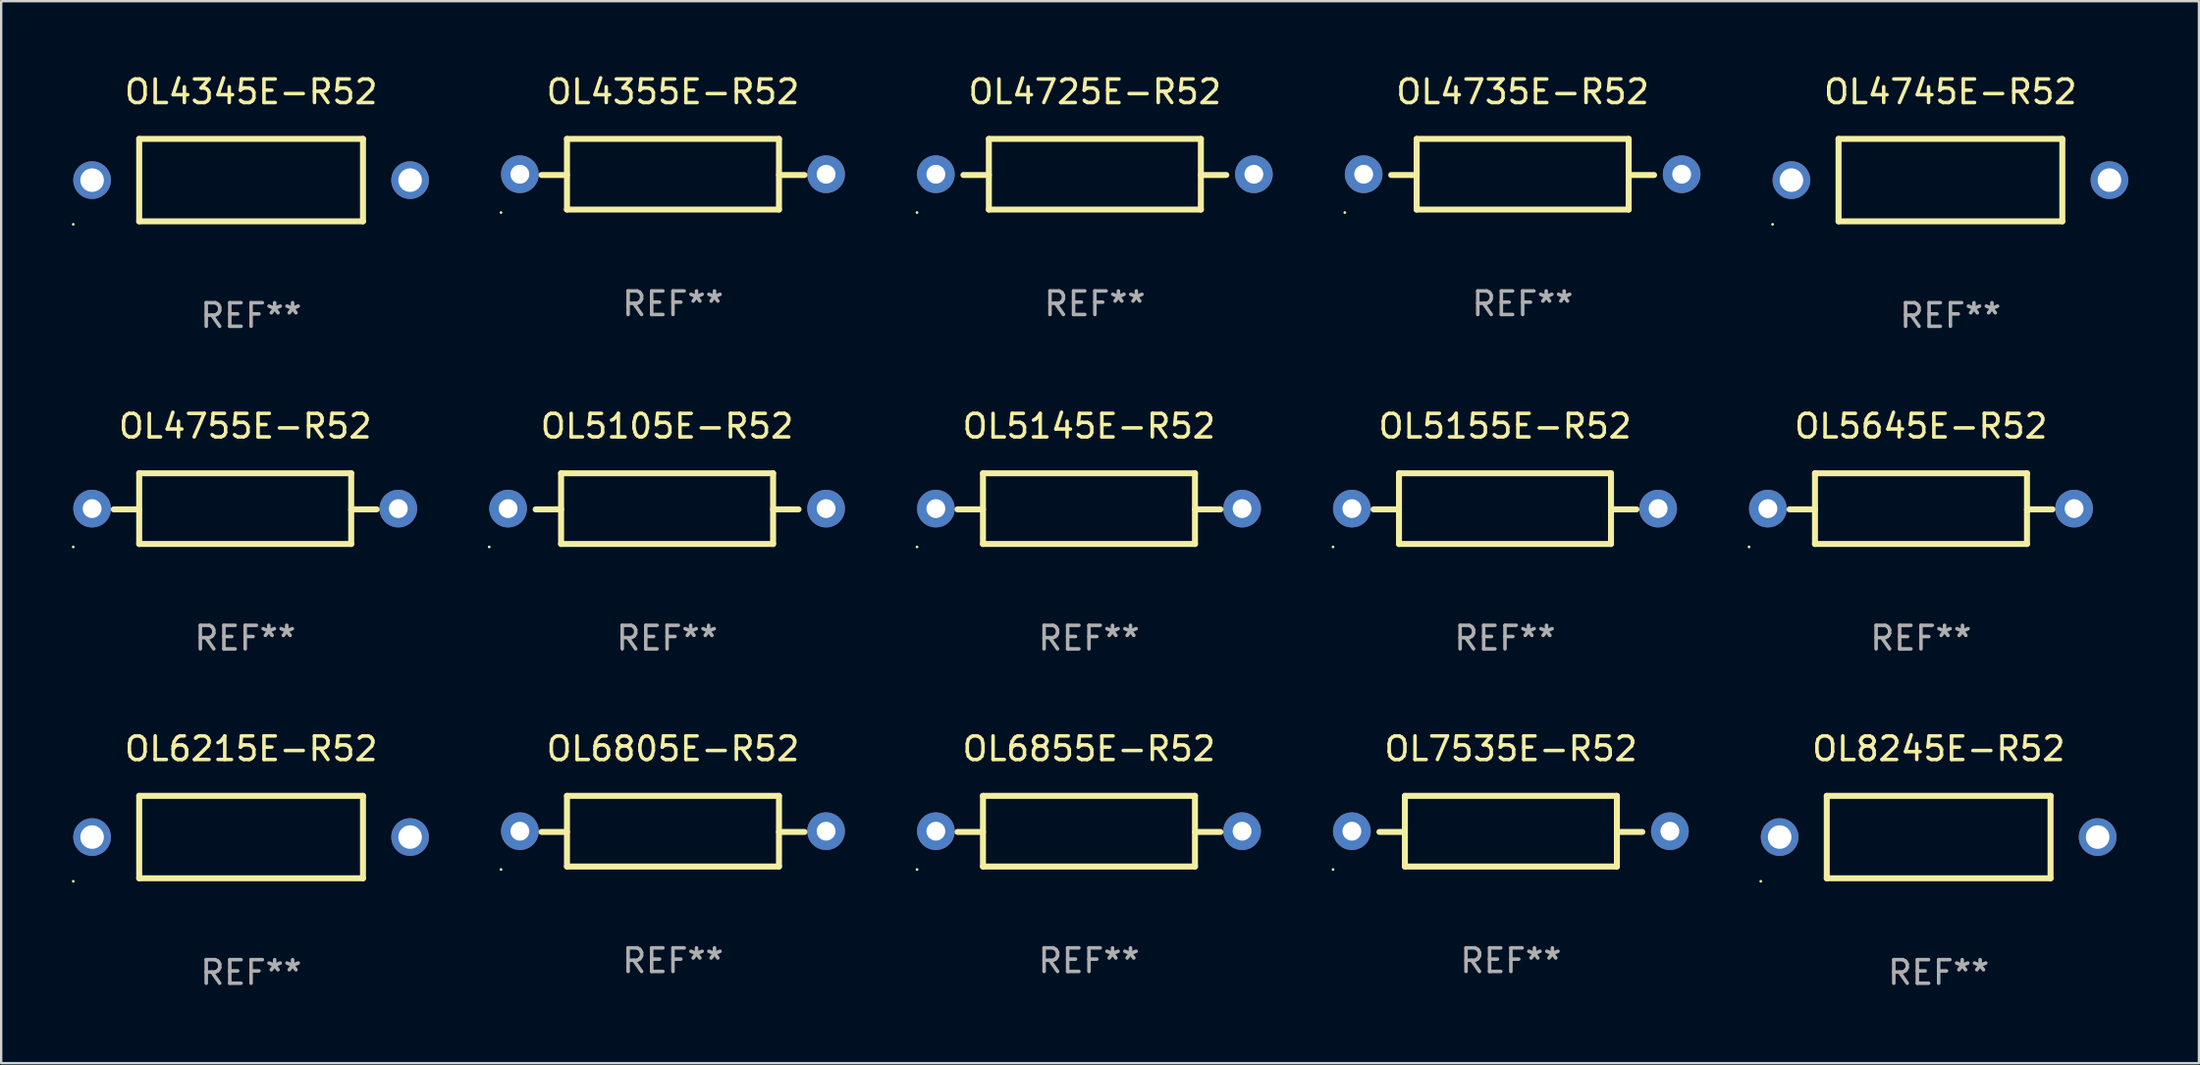
<source format=kicad_pcb>
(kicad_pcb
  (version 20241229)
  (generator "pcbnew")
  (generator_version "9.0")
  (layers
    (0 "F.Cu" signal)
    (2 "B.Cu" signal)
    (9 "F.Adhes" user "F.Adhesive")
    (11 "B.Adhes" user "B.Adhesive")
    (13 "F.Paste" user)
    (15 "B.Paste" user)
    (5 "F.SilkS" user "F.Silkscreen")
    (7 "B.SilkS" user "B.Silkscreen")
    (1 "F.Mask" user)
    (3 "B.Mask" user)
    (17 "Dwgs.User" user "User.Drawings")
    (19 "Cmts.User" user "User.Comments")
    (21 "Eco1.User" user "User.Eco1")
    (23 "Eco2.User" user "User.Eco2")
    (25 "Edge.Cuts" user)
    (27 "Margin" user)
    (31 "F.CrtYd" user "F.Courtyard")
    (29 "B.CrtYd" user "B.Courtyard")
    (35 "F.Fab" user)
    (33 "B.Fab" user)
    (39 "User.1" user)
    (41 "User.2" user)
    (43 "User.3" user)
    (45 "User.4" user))
  (footprint "OL6855E-R52"
    (layer "F.Cu")
    (at 43.18 32.241)
    (property "Reference" "OL6855E-R52" (at 0 -3.5 0) (layer "F.SilkS") (effects (font (size 1 1) (thickness 0.15))))
    (attr through_hole)
    (fp_line (start -4.5 -1.5) (end -4.5 1.5) (stroke (width 0.254) (type solid)) (layer "F.SilkS"))
    (fp_line (start -4.5 -1.5) (end 4.5 -1.5) (stroke (width 0.254) (type solid)) (layer "F.SilkS"))
    (fp_line (start -4.5 0.032) (end -5.58 0.032) (stroke (width 0.254) (type solid)) (layer "F.SilkS"))
    (fp_line (start -4.5 1.5) (end 4.5 1.5) (stroke (width 0.254) (type solid)) (layer "F.SilkS"))
    (fp_line (start 4.5 -1.5) (end 4.5 1.5) (stroke (width 0.254) (type solid)) (layer "F.SilkS"))
    (fp_line (start 4.5 0.032) (end 5.58 0.032) (stroke (width 0.254) (type solid)) (layer "F.SilkS"))
    (fp_circle (center -7.3 1.627) (end -7.27 1.627) (stroke (width 0.06) (type solid)) (fill no) (layer "F.SilkS"))
    (fp_text user "REF**" (at 0 5.5 0) (layer "F.Fab") (effects (font (size 1 1) (thickness 0.15))))
    (pad "1" thru_hole circle (at -6.5 0) (size 1.6 1.6) (drill 0.8) (layers "*.Cu" "*.Mask"))
    (pad "2" thru_hole circle (at 6.5 0) (size 1.6 1.6) (drill 0.8) (layers "*.Cu" "*.Mask")))
  (footprint "OL6805E-R52"
    (layer "F.Cu")
    (at 25.52 32.241)
    (property "Reference" "OL6805E-R52" (at 0 -3.5 0) (layer "F.SilkS") (effects (font (size 1 1) (thickness 0.15))))
    (attr through_hole)
    (fp_line (start -4.5 -1.5) (end -4.5 1.5) (stroke (width 0.254) (type solid)) (layer "F.SilkS"))
    (fp_line (start -4.5 -1.5) (end 4.5 -1.5) (stroke (width 0.254) (type solid)) (layer "F.SilkS"))
    (fp_line (start -4.5 0.032) (end -5.58 0.032) (stroke (width 0.254) (type solid)) (layer "F.SilkS"))
    (fp_line (start -4.5 1.5) (end 4.5 1.5) (stroke (width 0.254) (type solid)) (layer "F.SilkS"))
    (fp_line (start 4.5 -1.5) (end 4.5 1.5) (stroke (width 0.254) (type solid)) (layer "F.SilkS"))
    (fp_line (start 4.5 0.032) (end 5.58 0.032) (stroke (width 0.254) (type solid)) (layer "F.SilkS"))
    (fp_circle (center -7.3 1.627) (end -7.27 1.627) (stroke (width 0.06) (type solid)) (fill no) (layer "F.SilkS"))
    (fp_text user "REF**" (at 0 5.5 0) (layer "F.Fab") (effects (font (size 1 1) (thickness 0.15))))
    (pad "1" thru_hole circle (at -6.5 0) (size 1.6 1.6) (drill 0.8) (layers "*.Cu" "*.Mask"))
    (pad "2" thru_hole circle (at 6.5 0) (size 1.6 1.6) (drill 0.8) (layers "*.Cu" "*.Mask")))
  (footprint "OL5645E-R52"
    (layer "F.Cu")
    (at 78.501 18.545)
    (property "Reference" "OL5645E-R52" (at 0 -3.5 0) (layer "F.SilkS") (effects (font (size 1 1) (thickness 0.15))))
    (attr through_hole)
    (fp_line (start -4.5 -1.5) (end -4.5 1.5) (stroke (width 0.254) (type solid)) (layer "F.SilkS"))
    (fp_line (start -4.5 -1.5) (end 4.5 -1.5) (stroke (width 0.254) (type solid)) (layer "F.SilkS"))
    (fp_line (start -4.5 0.032) (end -5.58 0.032) (stroke (width 0.254) (type solid)) (layer "F.SilkS"))
    (fp_line (start -4.5 1.5) (end 4.5 1.5) (stroke (width 0.254) (type solid)) (layer "F.SilkS"))
    (fp_line (start 4.5 -1.5) (end 4.5 1.5) (stroke (width 0.254) (type solid)) (layer "F.SilkS"))
    (fp_line (start 4.5 0.032) (end 5.58 0.032) (stroke (width 0.254) (type solid)) (layer "F.SilkS"))
    (fp_circle (center -7.3 1.627) (end -7.27 1.627) (stroke (width 0.06) (type solid)) (fill no) (layer "F.SilkS"))
    (fp_text user "REF**" (at 0 5.5 0) (layer "F.Fab") (effects (font (size 1 1) (thickness 0.15))))
    (pad "1" thru_hole circle (at -6.5 0) (size 1.6 1.6) (drill 0.8) (layers "*.Cu" "*.Mask"))
    (pad "2" thru_hole circle (at 6.5 0) (size 1.6 1.6) (drill 0.8) (layers "*.Cu" "*.Mask")))
  (footprint "OL4725E-R52"
    (layer "F.Cu")
    (at 43.43 4.348)
    (property "Reference" "OL4725E-R52" (at 0 -3.5 0) (layer "F.SilkS") (effects (font (size 1 1) (thickness 0.15))))
    (attr through_hole)
    (fp_line (start -4.5 -1.5) (end -4.5 1.5) (stroke (width 0.254) (type solid)) (layer "F.SilkS"))
    (fp_line (start -4.5 -1.5) (end 4.5 -1.5) (stroke (width 0.254) (type solid)) (layer "F.SilkS"))
    (fp_line (start -4.5 0.032) (end -5.58 0.032) (stroke (width 0.254) (type solid)) (layer "F.SilkS"))
    (fp_line (start -4.5 1.5) (end 4.5 1.5) (stroke (width 0.254) (type solid)) (layer "F.SilkS"))
    (fp_line (start 4.5 -1.5) (end 4.5 1.5) (stroke (width 0.254) (type solid)) (layer "F.SilkS"))
    (fp_line (start 4.5 0.032) (end 5.58 0.032) (stroke (width 0.254) (type solid)) (layer "F.SilkS"))
    (fp_circle (center -7.55 1.627) (end -7.52 1.627) (stroke (width 0.06) (type solid)) (fill no) (layer "F.SilkS"))
    (fp_text user "REF**" (at 0 5.5 0) (layer "F.Fab") (effects (font (size 1 1) (thickness 0.15))))
    (pad "1" thru_hole circle (at -6.75 0) (size 1.6 1.6) (drill 0.8) (layers "*.Cu" "*.Mask"))
    (pad "2" thru_hole circle (at 6.75 0) (size 1.6 1.6) (drill 0.8) (layers "*.Cu" "*.Mask")))
  (footprint "OL4735E-R52"
    (layer "F.Cu")
    (at 61.591 4.348)
    (property "Reference" "OL4735E-R52" (at 0 -3.5 0) (layer "F.SilkS") (effects (font (size 1 1) (thickness 0.15))))
    (attr through_hole)
    (fp_line (start -4.5 -1.5) (end -4.5 1.5) (stroke (width 0.254) (type solid)) (layer "F.SilkS"))
    (fp_line (start -4.5 -1.5) (end 4.5 -1.5) (stroke (width 0.254) (type solid)) (layer "F.SilkS"))
    (fp_line (start -4.5 0.032) (end -5.58 0.032) (stroke (width 0.254) (type solid)) (layer "F.SilkS"))
    (fp_line (start -4.5 1.5) (end 4.5 1.5) (stroke (width 0.254) (type solid)) (layer "F.SilkS"))
    (fp_line (start 4.5 -1.5) (end 4.5 1.5) (stroke (width 0.254) (type solid)) (layer "F.SilkS"))
    (fp_line (start 4.5 0.032) (end 5.58 0.032) (stroke (width 0.254) (type solid)) (layer "F.SilkS"))
    (fp_circle (center -7.55 1.627) (end -7.52 1.627) (stroke (width 0.06) (type solid)) (fill no) (layer "F.SilkS"))
    (fp_text user "REF**" (at 0 5.5 0) (layer "F.Fab") (effects (font (size 1 1) (thickness 0.15))))
    (pad "1" thru_hole circle (at -6.75 0) (size 1.6 1.6) (drill 0.8) (layers "*.Cu" "*.Mask"))
    (pad "2" thru_hole circle (at 6.75 0) (size 1.6 1.6) (drill 0.8) (layers "*.Cu" "*.Mask")))
  (footprint "OL6215E-R52"
    (layer "F.Cu")
    (at 7.61 32.491)
    (property "Reference" "OL6215E-R52" (at 0 -3.75 0) (layer "F.SilkS") (effects (font (size 1 1) (thickness 0.15))))
    (attr through_hole)
    (fp_line (start -4.75 -1.75) (end 4.75 -1.75) (stroke (width 0.254) (type solid)) (layer "F.SilkS"))
    (fp_line (start -4.75 1.75) (end -4.75 -1.75) (stroke (width 0.254) (type solid)) (layer "F.SilkS"))
    (fp_line (start 4.75 1.75) (end -4.75 1.75) (stroke (width 0.254) (type solid)) (layer "F.SilkS"))
    (fp_line (start 4.75 1.75) (end 4.75 -1.75) (stroke (width 0.254) (type solid)) (layer "F.SilkS"))
    (fp_circle (center -7.55 1.877) (end -7.52 1.877) (stroke (width 0.06) (type solid)) (fill no) (layer "F.SilkS"))
    (fp_text user "REF**" (at 0 5.75 0) (layer "F.Fab") (effects (font (size 1 1) (thickness 0.15))))
    (pad "1" thru_hole circle (at -6.75 0) (size 1.6 1.6) (drill 1) (layers "*.Cu" "*.Mask"))
    (pad "2" thru_hole circle (at 6.75 0) (size 1.6 1.6) (drill 1) (layers "*.Cu" "*.Mask")))
  (footprint "OL7535E-R52"
    (layer "F.Cu")
    (at 61.091 32.241)
    (property "Reference" "OL7535E-R52" (at 0 -3.5 0) (layer "F.SilkS") (effects (font (size 1 1) (thickness 0.15))))
    (attr through_hole)
    (fp_line (start -4.5 -1.5) (end -4.5 1.5) (stroke (width 0.254) (type solid)) (layer "F.SilkS"))
    (fp_line (start -4.5 -1.5) (end 4.5 -1.5) (stroke (width 0.254) (type solid)) (layer "F.SilkS"))
    (fp_line (start -4.5 0.032) (end -5.58 0.032) (stroke (width 0.254) (type solid)) (layer "F.SilkS"))
    (fp_line (start -4.5 1.5) (end 4.5 1.5) (stroke (width 0.254) (type solid)) (layer "F.SilkS"))
    (fp_line (start 4.5 -1.5) (end 4.5 1.5) (stroke (width 0.254) (type solid)) (layer "F.SilkS"))
    (fp_line (start 4.5 0.032) (end 5.58 0.032) (stroke (width 0.254) (type solid)) (layer "F.SilkS"))
    (fp_circle (center -7.55 1.627) (end -7.52 1.627) (stroke (width 0.06) (type solid)) (fill no) (layer "F.SilkS"))
    (fp_text user "REF**" (at 0 5.5 0) (layer "F.Fab") (effects (font (size 1 1) (thickness 0.15))))
    (pad "1" thru_hole circle (at -6.75 0) (size 1.6 1.6) (drill 0.8) (layers "*.Cu" "*.Mask"))
    (pad "2" thru_hole circle (at 6.75 0) (size 1.6 1.6) (drill 0.8) (layers "*.Cu" "*.Mask")))
  (footprint "OL5145E-R52"
    (layer "F.Cu")
    (at 43.18 18.545)
    (property "Reference" "OL5145E-R52" (at 0 -3.5 0) (layer "F.SilkS") (effects (font (size 1 1) (thickness 0.15))))
    (attr through_hole)
    (fp_line (start -4.5 -1.5) (end -4.5 1.5) (stroke (width 0.254) (type solid)) (layer "F.SilkS"))
    (fp_line (start -4.5 -1.5) (end 4.5 -1.5) (stroke (width 0.254) (type solid)) (layer "F.SilkS"))
    (fp_line (start -4.5 0.032) (end -5.58 0.032) (stroke (width 0.254) (type solid)) (layer "F.SilkS"))
    (fp_line (start -4.5 1.5) (end 4.5 1.5) (stroke (width 0.254) (type solid)) (layer "F.SilkS"))
    (fp_line (start 4.5 -1.5) (end 4.5 1.5) (stroke (width 0.254) (type solid)) (layer "F.SilkS"))
    (fp_line (start 4.5 0.032) (end 5.58 0.032) (stroke (width 0.254) (type solid)) (layer "F.SilkS"))
    (fp_circle (center -7.3 1.627) (end -7.27 1.627) (stroke (width 0.06) (type solid)) (fill no) (layer "F.SilkS"))
    (fp_text user "REF**" (at 0 5.5 0) (layer "F.Fab") (effects (font (size 1 1) (thickness 0.15))))
    (pad "1" thru_hole circle (at -6.5 0) (size 1.6 1.6) (drill 0.8) (layers "*.Cu" "*.Mask"))
    (pad "2" thru_hole circle (at 6.5 0) (size 1.6 1.6) (drill 0.8) (layers "*.Cu" "*.Mask")))
  (footprint "OL8245E-R52"
    (layer "F.Cu")
    (at 79.251 32.491)
    (property "Reference" "OL8245E-R52" (at 0 -3.75 0) (layer "F.SilkS") (effects (font (size 1 1) (thickness 0.15))))
    (attr through_hole)
    (fp_line (start -4.75 -1.75) (end 4.75 -1.75) (stroke (width 0.254) (type solid)) (layer "F.SilkS"))
    (fp_line (start -4.75 1.75) (end -4.75 -1.75) (stroke (width 0.254) (type solid)) (layer "F.SilkS"))
    (fp_line (start 4.75 1.75) (end -4.75 1.75) (stroke (width 0.254) (type solid)) (layer "F.SilkS"))
    (fp_line (start 4.75 1.75) (end 4.75 -1.75) (stroke (width 0.254) (type solid)) (layer "F.SilkS"))
    (fp_circle (center -7.55 1.877) (end -7.52 1.877) (stroke (width 0.06) (type solid)) (fill no) (layer "F.SilkS"))
    (fp_text user "REF**" (at 0 5.75 0) (layer "F.Fab") (effects (font (size 1 1) (thickness 0.15))))
    (pad "1" thru_hole circle (at -6.75 0) (size 1.6 1.6) (drill 1) (layers "*.Cu" "*.Mask"))
    (pad "2" thru_hole circle (at 6.75 0) (size 1.6 1.6) (drill 1) (layers "*.Cu" "*.Mask")))
  (footprint "OL5155E-R52"
    (layer "F.Cu")
    (at 60.841 18.545)
    (property "Reference" "OL5155E-R52" (at 0 -3.5 0) (layer "F.SilkS") (effects (font (size 1 1) (thickness 0.15))))
    (attr through_hole)
    (fp_line (start -4.5 -1.5) (end -4.5 1.5) (stroke (width 0.254) (type solid)) (layer "F.SilkS"))
    (fp_line (start -4.5 -1.5) (end 4.5 -1.5) (stroke (width 0.254) (type solid)) (layer "F.SilkS"))
    (fp_line (start -4.5 0.032) (end -5.58 0.032) (stroke (width 0.254) (type solid)) (layer "F.SilkS"))
    (fp_line (start -4.5 1.5) (end 4.5 1.5) (stroke (width 0.254) (type solid)) (layer "F.SilkS"))
    (fp_line (start 4.5 -1.5) (end 4.5 1.5) (stroke (width 0.254) (type solid)) (layer "F.SilkS"))
    (fp_line (start 4.5 0.032) (end 5.58 0.032) (stroke (width 0.254) (type solid)) (layer "F.SilkS"))
    (fp_circle (center -7.3 1.627) (end -7.27 1.627) (stroke (width 0.06) (type solid)) (fill no) (layer "F.SilkS"))
    (fp_text user "REF**" (at 0 5.5 0) (layer "F.Fab") (effects (font (size 1 1) (thickness 0.15))))
    (pad "1" thru_hole circle (at -6.5 0) (size 1.6 1.6) (drill 0.8) (layers "*.Cu" "*.Mask"))
    (pad "2" thru_hole circle (at 6.5 0) (size 1.6 1.6) (drill 0.8) (layers "*.Cu" "*.Mask")))
  (footprint "OL4745E-R52"
    (layer "F.Cu")
    (at 79.751 4.598)
    (property "Reference" "OL4745E-R52" (at 0 -3.75 0) (layer "F.SilkS") (effects (font (size 1 1) (thickness 0.15))))
    (attr through_hole)
    (fp_line (start -4.75 -1.75) (end 4.75 -1.75) (stroke (width 0.254) (type solid)) (layer "F.SilkS"))
    (fp_line (start -4.75 1.75) (end -4.75 -1.75) (stroke (width 0.254) (type solid)) (layer "F.SilkS"))
    (fp_line (start 4.75 1.75) (end -4.75 1.75) (stroke (width 0.254) (type solid)) (layer "F.SilkS"))
    (fp_line (start 4.75 1.75) (end 4.75 -1.75) (stroke (width 0.254) (type solid)) (layer "F.SilkS"))
    (fp_circle (center -7.55 1.877) (end -7.52 1.877) (stroke (width 0.06) (type solid)) (fill no) (layer "F.SilkS"))
    (fp_text user "REF**" (at 0 5.75 0) (layer "F.Fab") (effects (font (size 1 1) (thickness 0.15))))
    (pad "1" thru_hole circle (at -6.75 0) (size 1.6 1.6) (drill 1) (layers "*.Cu" "*.Mask"))
    (pad "2" thru_hole circle (at 6.75 0) (size 1.6 1.6) (drill 1) (layers "*.Cu" "*.Mask")))
  (footprint "OL4345E-R52"
    (layer "F.Cu")
    (at 7.61 4.598)
    (property "Reference" "OL4345E-R52" (at 0 -3.75 0) (layer "F.SilkS") (effects (font (size 1 1) (thickness 0.15))))
    (attr through_hole)
    (fp_line (start -4.75 -1.75) (end 4.75 -1.75) (stroke (width 0.254) (type solid)) (layer "F.SilkS"))
    (fp_line (start -4.75 1.75) (end -4.75 -1.75) (stroke (width 0.254) (type solid)) (layer "F.SilkS"))
    (fp_line (start 4.75 1.75) (end -4.75 1.75) (stroke (width 0.254) (type solid)) (layer "F.SilkS"))
    (fp_line (start 4.75 1.75) (end 4.75 -1.75) (stroke (width 0.254) (type solid)) (layer "F.SilkS"))
    (fp_circle (center -7.55 1.877) (end -7.52 1.877) (stroke (width 0.06) (type solid)) (fill no) (layer "F.SilkS"))
    (fp_text user "REF**" (at 0 5.75 0) (layer "F.Fab") (effects (font (size 1 1) (thickness 0.15))))
    (pad "1" thru_hole circle (at -6.75 0) (size 1.6 1.6) (drill 1) (layers "*.Cu" "*.Mask"))
    (pad "2" thru_hole circle (at 6.75 0) (size 1.6 1.6) (drill 1) (layers "*.Cu" "*.Mask")))
  (footprint "OL4755E-R52"
    (layer "F.Cu")
    (at 7.36 18.545)
    (property "Reference" "OL4755E-R52" (at 0 -3.5 0) (layer "F.SilkS") (effects (font (size 1 1) (thickness 0.15))))
    (attr through_hole)
    (fp_line (start -4.5 -1.5) (end -4.5 1.5) (stroke (width 0.254) (type solid)) (layer "F.SilkS"))
    (fp_line (start -4.5 -1.5) (end 4.5 -1.5) (stroke (width 0.254) (type solid)) (layer "F.SilkS"))
    (fp_line (start -4.5 0.032) (end -5.58 0.032) (stroke (width 0.254) (type solid)) (layer "F.SilkS"))
    (fp_line (start -4.5 1.5) (end 4.5 1.5) (stroke (width 0.254) (type solid)) (layer "F.SilkS"))
    (fp_line (start 4.5 -1.5) (end 4.5 1.5) (stroke (width 0.254) (type solid)) (layer "F.SilkS"))
    (fp_line (start 4.5 0.032) (end 5.58 0.032) (stroke (width 0.254) (type solid)) (layer "F.SilkS"))
    (fp_circle (center -7.3 1.627) (end -7.27 1.627) (stroke (width 0.06) (type solid)) (fill no) (layer "F.SilkS"))
    (fp_text user "REF**" (at 0 5.5 0) (layer "F.Fab") (effects (font (size 1 1) (thickness 0.15))))
    (pad "1" thru_hole circle (at -6.5 0) (size 1.6 1.6) (drill 0.8) (layers "*.Cu" "*.Mask"))
    (pad "2" thru_hole circle (at 6.5 0) (size 1.6 1.6) (drill 0.8) (layers "*.Cu" "*.Mask")))
  (footprint "OL4355E-R52"
    (layer "F.Cu")
    (at 25.52 4.348)
    (property "Reference" "OL4355E-R52" (at 0 -3.5 0) (layer "F.SilkS") (effects (font (size 1 1) (thickness 0.15))))
    (attr through_hole)
    (fp_line (start -4.5 -1.5) (end -4.5 1.5) (stroke (width 0.254) (type solid)) (layer "F.SilkS"))
    (fp_line (start -4.5 -1.5) (end 4.5 -1.5) (stroke (width 0.254) (type solid)) (layer "F.SilkS"))
    (fp_line (start -4.5 0.032) (end -5.58 0.032) (stroke (width 0.254) (type solid)) (layer "F.SilkS"))
    (fp_line (start -4.5 1.5) (end 4.5 1.5) (stroke (width 0.254) (type solid)) (layer "F.SilkS"))
    (fp_line (start 4.5 -1.5) (end 4.5 1.5) (stroke (width 0.254) (type solid)) (layer "F.SilkS"))
    (fp_line (start 4.5 0.032) (end 5.58 0.032) (stroke (width 0.254) (type solid)) (layer "F.SilkS"))
    (fp_circle (center -7.3 1.627) (end -7.27 1.627) (stroke (width 0.06) (type solid)) (fill no) (layer "F.SilkS"))
    (fp_text user "REF**" (at 0 5.5 0) (layer "F.Fab") (effects (font (size 1 1) (thickness 0.15))))
    (pad "1" thru_hole circle (at -6.5 0) (size 1.6 1.6) (drill 0.8) (layers "*.Cu" "*.Mask"))
    (pad "2" thru_hole circle (at 6.5 0) (size 1.6 1.6) (drill 0.8) (layers "*.Cu" "*.Mask")))
  (footprint "OL5105E-R52"
    (layer "F.Cu")
    (at 25.27 18.545)
    (property "Reference" "OL5105E-R52" (at 0 -3.5 0) (layer "F.SilkS") (effects (font (size 1 1) (thickness 0.15))))
    (attr through_hole)
    (fp_line (start -4.5 -1.5) (end -4.5 1.5) (stroke (width 0.254) (type solid)) (layer "F.SilkS"))
    (fp_line (start -4.5 -1.5) (end 4.5 -1.5) (stroke (width 0.254) (type solid)) (layer "F.SilkS"))
    (fp_line (start -4.5 0.032) (end -5.58 0.032) (stroke (width 0.254) (type solid)) (layer "F.SilkS"))
    (fp_line (start -4.5 1.5) (end 4.5 1.5) (stroke (width 0.254) (type solid)) (layer "F.SilkS"))
    (fp_line (start 4.5 -1.5) (end 4.5 1.5) (stroke (width 0.254) (type solid)) (layer "F.SilkS"))
    (fp_line (start 4.5 0.032) (end 5.58 0.032) (stroke (width 0.254) (type solid)) (layer "F.SilkS"))
    (fp_circle (center -7.55 1.627) (end -7.52 1.627) (stroke (width 0.06) (type solid)) (fill no) (layer "F.SilkS"))
    (fp_text user "REF**" (at 0 5.5 0) (layer "F.Fab") (effects (font (size 1 1) (thickness 0.15))))
    (pad "1" thru_hole circle (at -6.75 0) (size 1.6 1.6) (drill 0.8) (layers "*.Cu" "*.Mask"))
    (pad "2" thru_hole circle (at 6.75 0) (size 1.6 1.6) (drill 0.8) (layers "*.Cu" "*.Mask")))
  (gr_rect
    (start -3 -3)
    (end 90.301 42.09)
    (stroke (width 0.1) (type default))
    (fill no)
    (layer "Edge.Cuts")))
</source>
